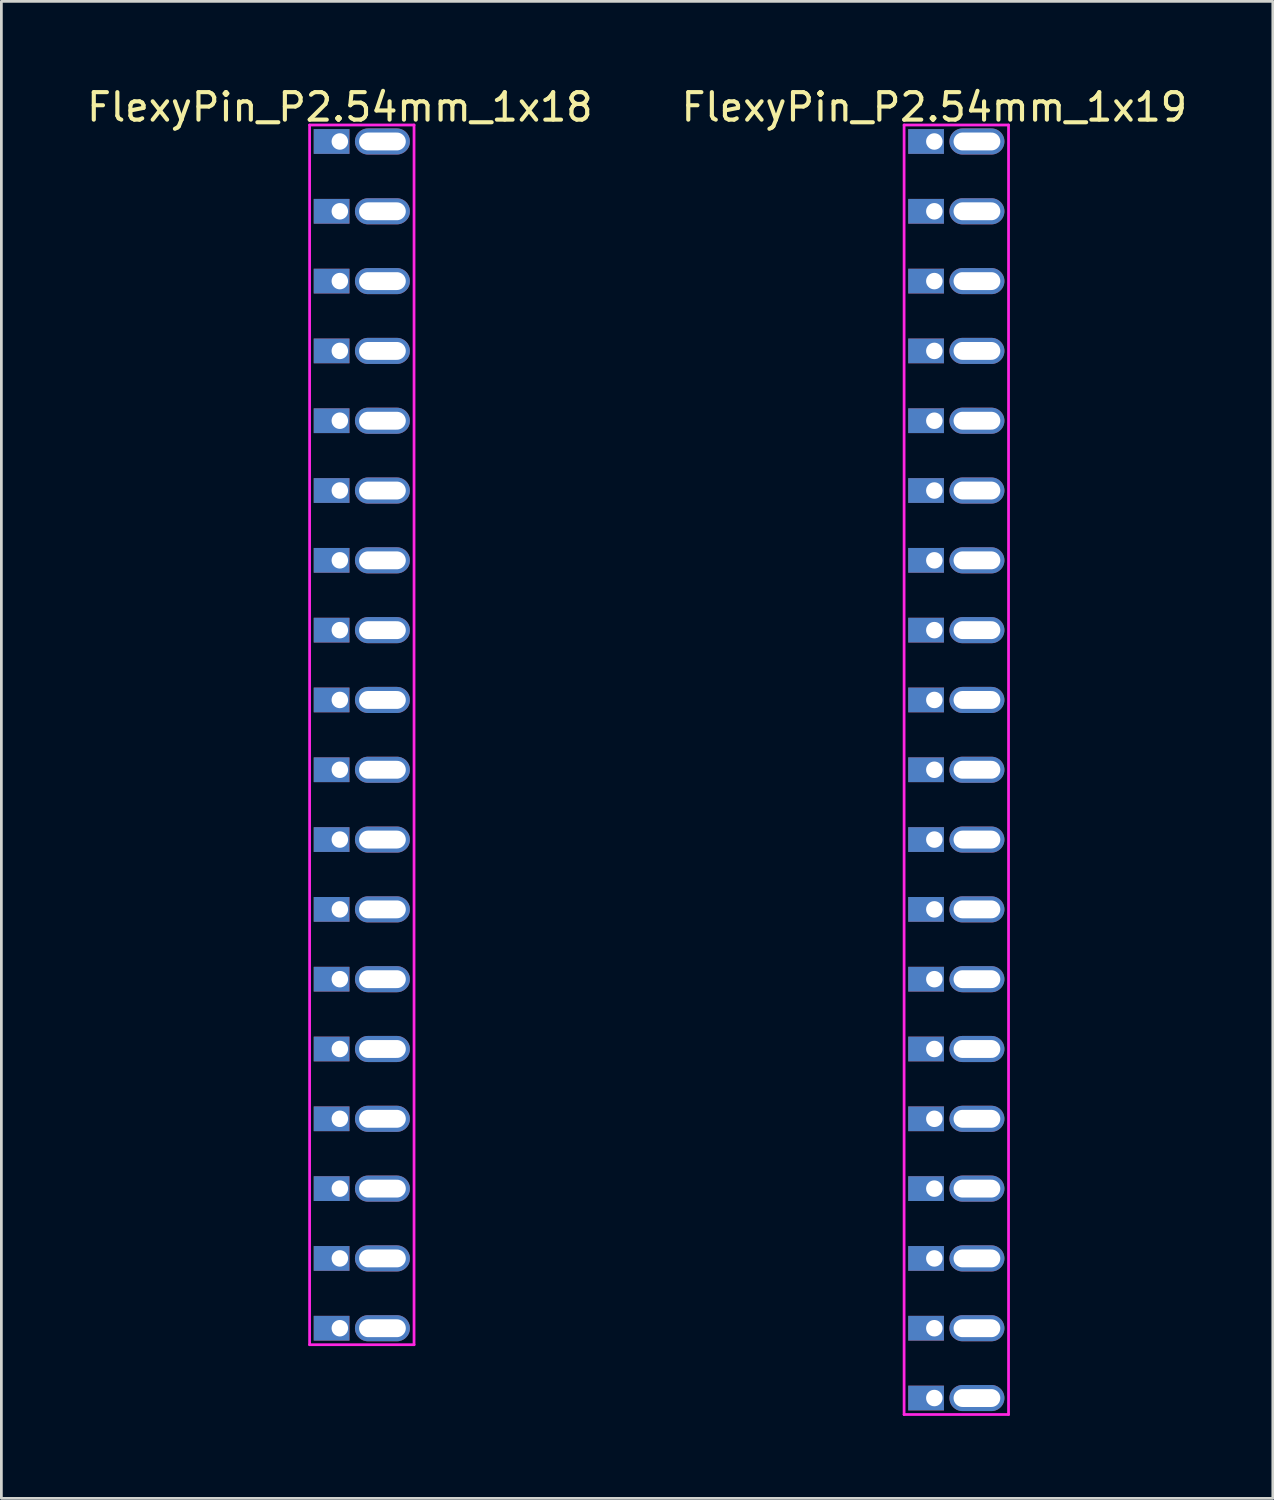
<source format=kicad_pcb>
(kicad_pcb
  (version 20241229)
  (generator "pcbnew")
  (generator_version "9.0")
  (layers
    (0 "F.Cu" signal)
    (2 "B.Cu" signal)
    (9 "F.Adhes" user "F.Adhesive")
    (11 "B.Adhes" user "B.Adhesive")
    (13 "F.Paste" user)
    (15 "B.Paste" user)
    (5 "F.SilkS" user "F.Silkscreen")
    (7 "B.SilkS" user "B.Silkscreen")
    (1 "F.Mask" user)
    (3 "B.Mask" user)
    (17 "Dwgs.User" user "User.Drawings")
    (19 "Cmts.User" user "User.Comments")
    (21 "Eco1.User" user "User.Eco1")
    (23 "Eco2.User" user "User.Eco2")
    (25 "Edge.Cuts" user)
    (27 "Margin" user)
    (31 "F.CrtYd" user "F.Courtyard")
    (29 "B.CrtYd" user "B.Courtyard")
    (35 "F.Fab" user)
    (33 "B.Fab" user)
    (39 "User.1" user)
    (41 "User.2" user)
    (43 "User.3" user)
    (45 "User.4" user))
  (footprint "FlexyPin_P2.54mm_1x19"
    (layer "F.Cu")
    (at 30.946 2.098)
    (property "Reference" "FlexyPin_P2.54mm_1x19" (at 0 -1.25 0) (layer "F.SilkS") (effects (font (size 1 1) (thickness 0.15))))
    (attr through_hole)
    (fp_line (start -1.1 -0.6) (end 2.7 -0.6) (stroke (width 0.1) (type solid)) (layer "F.CrtYd"))
    (fp_line (start -1.1 46.32) (end -1.1 -0.6) (stroke (width 0.1) (type solid)) (layer "F.CrtYd"))
    (fp_line (start 2.7 -0.6) (end 2.7 46.32) (stroke (width 0.1) (type solid)) (layer "F.CrtYd"))
    (fp_line (start 2.7 46.32) (end -1.1 46.32) (stroke (width 0.1) (type solid)) (layer "F.CrtYd"))
    (pad "" thru_hole oval (at 1.55 0) (size 2 0.95) (drill oval 1.7 0.65) (layers "*.Cu" "*.Mask"))
    (pad "" thru_hole oval (at 1.55 2.54) (size 2 0.95) (drill oval 1.7 0.65) (layers "*.Cu" "*.Mask"))
    (pad "" thru_hole oval (at 1.55 5.08) (size 2 0.95) (drill oval 1.7 0.65) (layers "*.Cu" "*.Mask"))
    (pad "" thru_hole oval (at 1.55 7.62) (size 2 0.95) (drill oval 1.7 0.65) (layers "*.Cu" "*.Mask"))
    (pad "" thru_hole oval (at 1.55 10.16) (size 2 0.95) (drill oval 1.7 0.65) (layers "*.Cu" "*.Mask"))
    (pad "" thru_hole oval (at 1.55 12.7) (size 2 0.95) (drill oval 1.7 0.65) (layers "*.Cu" "*.Mask"))
    (pad "" thru_hole oval (at 1.55 15.24) (size 2 0.95) (drill oval 1.7 0.65) (layers "*.Cu" "*.Mask"))
    (pad "" thru_hole oval (at 1.55 17.78) (size 2 0.95) (drill oval 1.7 0.65) (layers "*.Cu" "*.Mask"))
    (pad "" thru_hole oval (at 1.55 20.32) (size 2 0.95) (drill oval 1.7 0.65) (layers "*.Cu" "*.Mask"))
    (pad "" thru_hole oval (at 1.55 22.86) (size 2 0.95) (drill oval 1.7 0.65) (layers "*.Cu" "*.Mask"))
    (pad "" thru_hole oval (at 1.55 25.4) (size 2 0.95) (drill oval 1.7 0.65) (layers "*.Cu" "*.Mask"))
    (pad "" thru_hole oval (at 1.55 27.94) (size 2 0.95) (drill oval 1.7 0.65) (layers "*.Cu" "*.Mask"))
    (pad "" thru_hole oval (at 1.55 30.48) (size 2 0.95) (drill oval 1.7 0.65) (layers "*.Cu" "*.Mask"))
    (pad "" thru_hole oval (at 1.55 33.02) (size 2 0.95) (drill oval 1.7 0.65) (layers "*.Cu" "*.Mask"))
    (pad "" thru_hole oval (at 1.55 35.56) (size 2 0.95) (drill oval 1.7 0.65) (layers "*.Cu" "*.Mask"))
    (pad "" thru_hole oval (at 1.55 38.1) (size 2 0.95) (drill oval 1.7 0.65) (layers "*.Cu" "*.Mask"))
    (pad "" thru_hole oval (at 1.55 40.64) (size 2 0.95) (drill oval 1.7 0.65) (layers "*.Cu" "*.Mask"))
    (pad "" thru_hole oval (at 1.55 43.18) (size 2 0.95) (drill oval 1.7 0.65) (layers "*.Cu" "*.Mask"))
    (pad "" thru_hole oval (at 1.55 45.72) (size 2 0.95) (drill oval 1.7 0.65) (layers "*.Cu" "*.Mask"))
    (pad "1" thru_hole rect (at 0 0) (size 1.3 0.9) (drill 0.6 (offset -0.3 0)) (layers "*.Cu" "*.Mask"))
    (pad "2" thru_hole rect (at 0 2.54) (size 1.3 0.9) (drill 0.6 (offset -0.3 0)) (layers "*.Cu" "*.Mask"))
    (pad "3" thru_hole rect (at 0 5.08) (size 1.3 0.9) (drill 0.6 (offset -0.3 0)) (layers "*.Cu" "*.Mask"))
    (pad "4" thru_hole rect (at 0 7.62) (size 1.3 0.9) (drill 0.6 (offset -0.3 0)) (layers "*.Cu" "*.Mask"))
    (pad "5" thru_hole rect (at 0 10.16) (size 1.3 0.9) (drill 0.6 (offset -0.3 0)) (layers "*.Cu" "*.Mask"))
    (pad "6" thru_hole rect (at 0 12.7) (size 1.3 0.9) (drill 0.6 (offset -0.3 0)) (layers "*.Cu" "*.Mask"))
    (pad "7" thru_hole rect (at 0 15.24) (size 1.3 0.9) (drill 0.6 (offset -0.3 0)) (layers "*.Cu" "*.Mask"))
    (pad "8" thru_hole rect (at 0 17.78) (size 1.3 0.9) (drill 0.6 (offset -0.3 0)) (layers "*.Cu" "*.Mask"))
    (pad "9" thru_hole rect (at 0 20.32) (size 1.3 0.9) (drill 0.6 (offset -0.3 0)) (layers "*.Cu" "*.Mask"))
    (pad "10" thru_hole rect (at 0 22.86) (size 1.3 0.9) (drill 0.6 (offset -0.3 0)) (layers "*.Cu" "*.Mask"))
    (pad "11" thru_hole rect (at 0 25.4) (size 1.3 0.9) (drill 0.6 (offset -0.3 0)) (layers "*.Cu" "*.Mask"))
    (pad "12" thru_hole rect (at 0 27.94) (size 1.3 0.9) (drill 0.6 (offset -0.3 0)) (layers "*.Cu" "*.Mask"))
    (pad "13" thru_hole rect (at 0 30.48) (size 1.3 0.9) (drill 0.6 (offset -0.3 0)) (layers "*.Cu" "*.Mask"))
    (pad "14" thru_hole rect (at 0 33.02) (size 1.3 0.9) (drill 0.6 (offset -0.3 0)) (layers "*.Cu" "*.Mask"))
    (pad "15" thru_hole rect (at 0 35.56) (size 1.3 0.9) (drill 0.6 (offset -0.3 0)) (layers "*.Cu" "*.Mask"))
    (pad "16" thru_hole rect (at 0 38.1) (size 1.3 0.9) (drill 0.6 (offset -0.3 0)) (layers "*.Cu" "*.Mask"))
    (pad "17" thru_hole rect (at 0 40.64) (size 1.3 0.9) (drill 0.6 (offset -0.3 0)) (layers "*.Cu" "*.Mask"))
    (pad "18" thru_hole rect (at 0 43.18) (size 1.3 0.9) (drill 0.6 (offset -0.3 0)) (layers "*.Cu" "*.Mask"))
    (pad "19" thru_hole rect (at 0 45.72) (size 1.3 0.9) (drill 0.6 (offset -0.3 0)) (layers "*.Cu" "*.Mask")))
  (footprint "FlexyPin_P2.54mm_1x18"
    (layer "F.Cu")
    (at 9.315 2.098)
    (property "Reference" "FlexyPin_P2.54mm_1x18" (at 0 -1.25 0) (layer "F.SilkS") (effects (font (size 1 1) (thickness 0.15))))
    (attr through_hole)
    (fp_line (start -1.1 -0.6) (end 2.7 -0.6) (stroke (width 0.1) (type solid)) (layer "F.CrtYd"))
    (fp_line (start -1.1 43.78) (end -1.1 -0.6) (stroke (width 0.1) (type solid)) (layer "F.CrtYd"))
    (fp_line (start 2.7 -0.6) (end 2.7 43.78) (stroke (width 0.1) (type solid)) (layer "F.CrtYd"))
    (fp_line (start 2.7 43.78) (end -1.1 43.78) (stroke (width 0.1) (type solid)) (layer "F.CrtYd"))
    (pad "" thru_hole oval (at 1.55 0) (size 2 0.95) (drill oval 1.7 0.65) (layers "*.Cu" "*.Mask"))
    (pad "" thru_hole oval (at 1.55 2.54) (size 2 0.95) (drill oval 1.7 0.65) (layers "*.Cu" "*.Mask"))
    (pad "" thru_hole oval (at 1.55 5.08) (size 2 0.95) (drill oval 1.7 0.65) (layers "*.Cu" "*.Mask"))
    (pad "" thru_hole oval (at 1.55 7.62) (size 2 0.95) (drill oval 1.7 0.65) (layers "*.Cu" "*.Mask"))
    (pad "" thru_hole oval (at 1.55 10.16) (size 2 0.95) (drill oval 1.7 0.65) (layers "*.Cu" "*.Mask"))
    (pad "" thru_hole oval (at 1.55 12.7) (size 2 0.95) (drill oval 1.7 0.65) (layers "*.Cu" "*.Mask"))
    (pad "" thru_hole oval (at 1.55 15.24) (size 2 0.95) (drill oval 1.7 0.65) (layers "*.Cu" "*.Mask"))
    (pad "" thru_hole oval (at 1.55 17.78) (size 2 0.95) (drill oval 1.7 0.65) (layers "*.Cu" "*.Mask"))
    (pad "" thru_hole oval (at 1.55 20.32) (size 2 0.95) (drill oval 1.7 0.65) (layers "*.Cu" "*.Mask"))
    (pad "" thru_hole oval (at 1.55 22.86) (size 2 0.95) (drill oval 1.7 0.65) (layers "*.Cu" "*.Mask"))
    (pad "" thru_hole oval (at 1.55 25.4) (size 2 0.95) (drill oval 1.7 0.65) (layers "*.Cu" "*.Mask"))
    (pad "" thru_hole oval (at 1.55 27.94) (size 2 0.95) (drill oval 1.7 0.65) (layers "*.Cu" "*.Mask"))
    (pad "" thru_hole oval (at 1.55 30.48) (size 2 0.95) (drill oval 1.7 0.65) (layers "*.Cu" "*.Mask"))
    (pad "" thru_hole oval (at 1.55 33.02) (size 2 0.95) (drill oval 1.7 0.65) (layers "*.Cu" "*.Mask"))
    (pad "" thru_hole oval (at 1.55 35.56) (size 2 0.95) (drill oval 1.7 0.65) (layers "*.Cu" "*.Mask"))
    (pad "" thru_hole oval (at 1.55 38.1) (size 2 0.95) (drill oval 1.7 0.65) (layers "*.Cu" "*.Mask"))
    (pad "" thru_hole oval (at 1.55 40.64) (size 2 0.95) (drill oval 1.7 0.65) (layers "*.Cu" "*.Mask"))
    (pad "" thru_hole oval (at 1.55 43.18) (size 2 0.95) (drill oval 1.7 0.65) (layers "*.Cu" "*.Mask"))
    (pad "1" thru_hole rect (at 0 0) (size 1.3 0.9) (drill 0.6 (offset -0.3 0)) (layers "*.Cu" "*.Mask"))
    (pad "2" thru_hole rect (at 0 2.54) (size 1.3 0.9) (drill 0.6 (offset -0.3 0)) (layers "*.Cu" "*.Mask"))
    (pad "3" thru_hole rect (at 0 5.08) (size 1.3 0.9) (drill 0.6 (offset -0.3 0)) (layers "*.Cu" "*.Mask"))
    (pad "4" thru_hole rect (at 0 7.62) (size 1.3 0.9) (drill 0.6 (offset -0.3 0)) (layers "*.Cu" "*.Mask"))
    (pad "5" thru_hole rect (at 0 10.16) (size 1.3 0.9) (drill 0.6 (offset -0.3 0)) (layers "*.Cu" "*.Mask"))
    (pad "6" thru_hole rect (at 0 12.7) (size 1.3 0.9) (drill 0.6 (offset -0.3 0)) (layers "*.Cu" "*.Mask"))
    (pad "7" thru_hole rect (at 0 15.24) (size 1.3 0.9) (drill 0.6 (offset -0.3 0)) (layers "*.Cu" "*.Mask"))
    (pad "8" thru_hole rect (at 0 17.78) (size 1.3 0.9) (drill 0.6 (offset -0.3 0)) (layers "*.Cu" "*.Mask"))
    (pad "9" thru_hole rect (at 0 20.32) (size 1.3 0.9) (drill 0.6 (offset -0.3 0)) (layers "*.Cu" "*.Mask"))
    (pad "10" thru_hole rect (at 0 22.86) (size 1.3 0.9) (drill 0.6 (offset -0.3 0)) (layers "*.Cu" "*.Mask"))
    (pad "11" thru_hole rect (at 0 25.4) (size 1.3 0.9) (drill 0.6 (offset -0.3 0)) (layers "*.Cu" "*.Mask"))
    (pad "12" thru_hole rect (at 0 27.94) (size 1.3 0.9) (drill 0.6 (offset -0.3 0)) (layers "*.Cu" "*.Mask"))
    (pad "13" thru_hole rect (at 0 30.48) (size 1.3 0.9) (drill 0.6 (offset -0.3 0)) (layers "*.Cu" "*.Mask"))
    (pad "14" thru_hole rect (at 0 33.02) (size 1.3 0.9) (drill 0.6 (offset -0.3 0)) (layers "*.Cu" "*.Mask"))
    (pad "15" thru_hole rect (at 0 35.56) (size 1.3 0.9) (drill 0.6 (offset -0.3 0)) (layers "*.Cu" "*.Mask"))
    (pad "16" thru_hole rect (at 0 38.1) (size 1.3 0.9) (drill 0.6 (offset -0.3 0)) (layers "*.Cu" "*.Mask"))
    (pad "17" thru_hole rect (at 0 40.64) (size 1.3 0.9) (drill 0.6 (offset -0.3 0)) (layers "*.Cu" "*.Mask"))
    (pad "18" thru_hole rect (at 0 43.18) (size 1.3 0.9) (drill 0.6 (offset -0.3 0)) (layers "*.Cu" "*.Mask")))
  (gr_rect
    (start -3 -3)
    (end 43.262 51.468)
    (stroke (width 0.1) (type default))
    (fill no)
    (layer "Edge.Cuts")))
</source>
